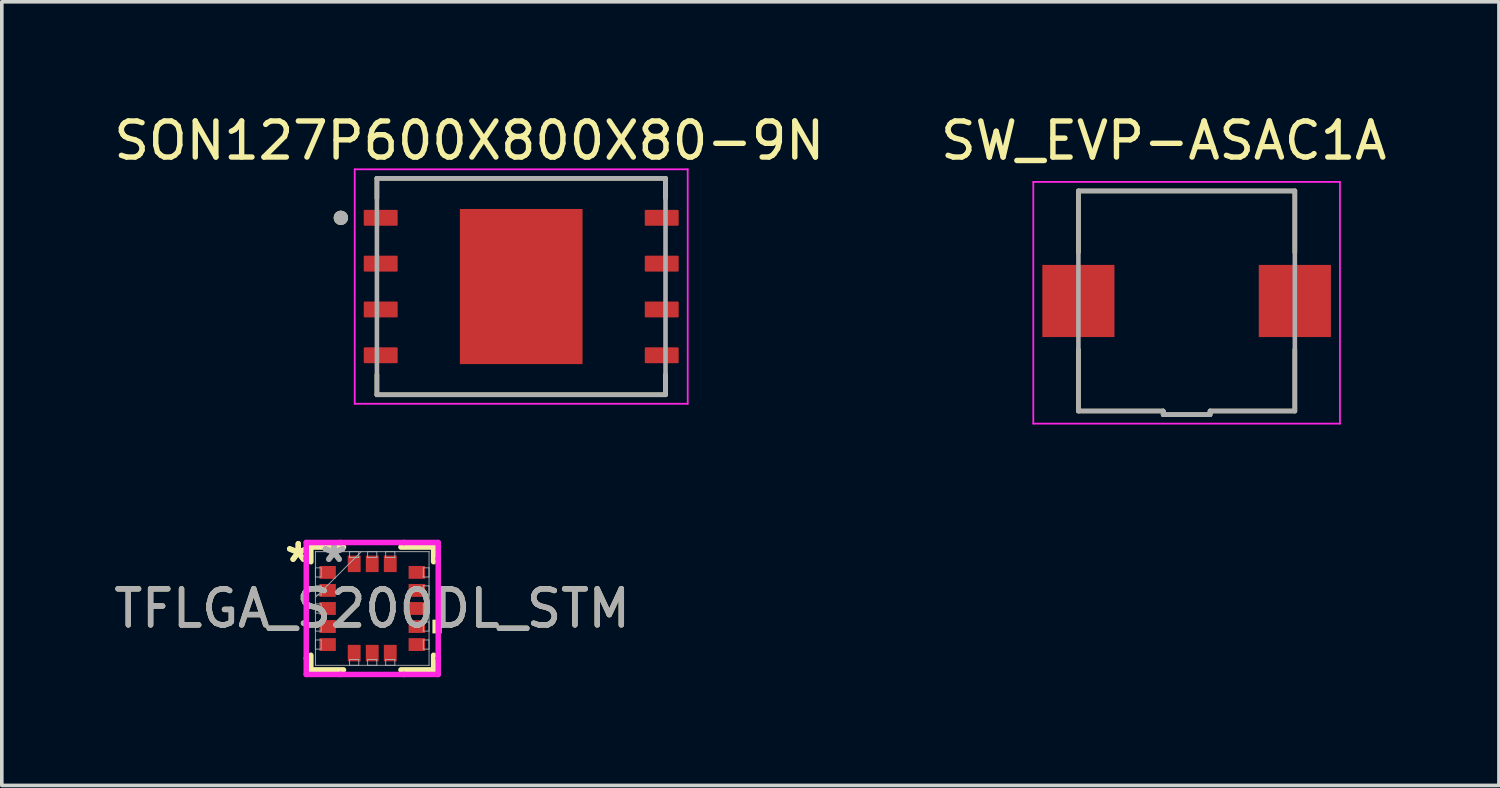
<source format=kicad_pcb>
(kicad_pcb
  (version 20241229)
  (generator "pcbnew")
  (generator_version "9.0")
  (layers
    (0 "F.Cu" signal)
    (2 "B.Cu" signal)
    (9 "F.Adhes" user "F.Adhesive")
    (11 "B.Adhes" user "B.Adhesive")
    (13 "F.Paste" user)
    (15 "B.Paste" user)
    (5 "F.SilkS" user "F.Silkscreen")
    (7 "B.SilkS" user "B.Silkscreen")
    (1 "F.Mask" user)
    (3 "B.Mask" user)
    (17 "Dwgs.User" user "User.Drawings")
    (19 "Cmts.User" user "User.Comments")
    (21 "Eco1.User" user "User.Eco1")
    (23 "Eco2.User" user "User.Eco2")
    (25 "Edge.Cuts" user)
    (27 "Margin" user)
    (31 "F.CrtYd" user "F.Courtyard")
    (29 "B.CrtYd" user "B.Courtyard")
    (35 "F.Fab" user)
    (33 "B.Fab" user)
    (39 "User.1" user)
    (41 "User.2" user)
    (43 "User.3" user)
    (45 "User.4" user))
  (footprint "TFLGA_S200DL_STM"
    (layer "F.Cu")
    (at 7.268 13.817)
    (property "Reference" "TFLGA_S200DL_STM" (at 0 0 0) (unlocked yes) (layer "F.SilkS") (effects (font (size 1 1) (thickness 0.15))))
    (attr smd)
    (fp_line (start -1.702 -1.702) (end -1.702 -1.296) (stroke (width 0.152) (type solid)) (layer "F.SilkS"))
    (fp_line (start -1.702 1.296) (end -1.702 1.702) (stroke (width 0.152) (type solid)) (layer "F.SilkS"))
    (fp_line (start -1.702 1.702) (end -0.796 1.702) (stroke (width 0.152) (type solid)) (layer "F.SilkS"))
    (fp_line (start -0.796 -1.702) (end -1.702 -1.702) (stroke (width 0.152) (type solid)) (layer "F.SilkS"))
    (fp_line (start 0.796 1.702) (end 1.702 1.702) (stroke (width 0.152) (type solid)) (layer "F.SilkS"))
    (fp_line (start 1.702 -1.702) (end 0.796 -1.702) (stroke (width 0.152) (type solid)) (layer "F.SilkS"))
    (fp_line (start 1.702 -1.296) (end 1.702 -1.702) (stroke (width 0.152) (type solid)) (layer "F.SilkS"))
    (fp_line (start 1.702 1.702) (end 1.702 1.296) (stroke (width 0.152) (type solid)) (layer "F.SilkS"))
    (fp_poly (pts (xy 1.923 0.31) (xy 1.923 0.691) (xy 1.669 0.691) (xy 1.669 0.31)) (stroke (width 0) (type solid)) (fill yes) (layer "F.SilkS"))
    (fp_line (start -1.829 -1.829) (end -0.881 -1.829) (stroke (width 0.152) (type solid)) (layer "F.CrtYd"))
    (fp_line (start -1.829 -1.381) (end -1.829 -1.829) (stroke (width 0.152) (type solid)) (layer "F.CrtYd"))
    (fp_line (start -1.829 -1.381) (end -1.829 -1.381) (stroke (width 0.152) (type solid)) (layer "F.CrtYd"))
    (fp_line (start -1.829 1.381) (end -1.829 -1.381) (stroke (width 0.152) (type solid)) (layer "F.CrtYd"))
    (fp_line (start -1.829 1.381) (end -1.829 1.381) (stroke (width 0.152) (type solid)) (layer "F.CrtYd"))
    (fp_line (start -1.829 1.829) (end -1.829 1.381) (stroke (width 0.152) (type solid)) (layer "F.CrtYd"))
    (fp_line (start -0.881 -1.829) (end -0.881 -1.829) (stroke (width 0.152) (type solid)) (layer "F.CrtYd"))
    (fp_line (start -0.881 -1.829) (end 0.881 -1.829) (stroke (width 0.152) (type solid)) (layer "F.CrtYd"))
    (fp_line (start -0.881 1.829) (end -1.829 1.829) (stroke (width 0.152) (type solid)) (layer "F.CrtYd"))
    (fp_line (start -0.881 1.829) (end -0.881 1.829) (stroke (width 0.152) (type solid)) (layer "F.CrtYd"))
    (fp_line (start 0.881 -1.829) (end 0.881 -1.829) (stroke (width 0.152) (type solid)) (layer "F.CrtYd"))
    (fp_line (start 0.881 -1.829) (end 1.829 -1.829) (stroke (width 0.152) (type solid)) (layer "F.CrtYd"))
    (fp_line (start 0.881 1.829) (end -0.881 1.829) (stroke (width 0.152) (type solid)) (layer "F.CrtYd"))
    (fp_line (start 0.881 1.829) (end 0.881 1.829) (stroke (width 0.152) (type solid)) (layer "F.CrtYd"))
    (fp_line (start 1.829 -1.829) (end 1.829 -1.381) (stroke (width 0.152) (type solid)) (layer "F.CrtYd"))
    (fp_line (start 1.829 -1.381) (end 1.829 -1.381) (stroke (width 0.152) (type solid)) (layer "F.CrtYd"))
    (fp_line (start 1.829 -1.381) (end 1.829 1.381) (stroke (width 0.152) (type solid)) (layer "F.CrtYd"))
    (fp_line (start 1.829 1.381) (end 1.829 1.381) (stroke (width 0.152) (type solid)) (layer "F.CrtYd"))
    (fp_line (start 1.829 1.381) (end 1.829 1.829) (stroke (width 0.152) (type solid)) (layer "F.CrtYd"))
    (fp_line (start 1.829 1.829) (end 0.881 1.829) (stroke (width 0.152) (type solid)) (layer "F.CrtYd"))
    (fp_line (start -1.575 -1.575) (end -1.575 -1.575) (stroke (width 0.025) (type solid)) (layer "F.Fab"))
    (fp_line (start -1.575 -1.575) (end -1.575 1.575) (stroke (width 0.025) (type solid)) (layer "F.Fab"))
    (fp_line (start -1.575 -1.127) (end -1.415 -1.127) (stroke (width 0.025) (type solid)) (layer "F.Fab"))
    (fp_line (start -1.575 -0.873) (end -1.575 -1.127) (stroke (width 0.025) (type solid)) (layer "F.Fab"))
    (fp_line (start -1.575 -0.627) (end -1.415 -0.627) (stroke (width 0.025) (type solid)) (layer "F.Fab"))
    (fp_line (start -1.575 -0.373) (end -1.575 -0.627) (stroke (width 0.025) (type solid)) (layer "F.Fab"))
    (fp_line (start -1.575 -0.305) (end -0.305 -1.575) (stroke (width 0.025) (type solid)) (layer "F.Fab"))
    (fp_line (start -1.575 -0.127) (end -1.415 -0.127) (stroke (width 0.025) (type solid)) (layer "F.Fab"))
    (fp_line (start -1.575 0.127) (end -1.575 -0.127) (stroke (width 0.025) (type solid)) (layer "F.Fab"))
    (fp_line (start -1.575 0.373) (end -1.415 0.373) (stroke (width 0.025) (type solid)) (layer "F.Fab"))
    (fp_line (start -1.575 0.627) (end -1.575 0.373) (stroke (width 0.025) (type solid)) (layer "F.Fab"))
    (fp_line (start -1.575 0.873) (end -1.415 0.873) (stroke (width 0.025) (type solid)) (layer "F.Fab"))
    (fp_line (start -1.575 1.127) (end -1.575 0.873) (stroke (width 0.025) (type solid)) (layer "F.Fab"))
    (fp_line (start -1.575 1.575) (end -1.575 1.575) (stroke (width 0.025) (type solid)) (layer "F.Fab"))
    (fp_line (start -1.575 1.575) (end 1.575 1.575) (stroke (width 0.025) (type solid)) (layer "F.Fab"))
    (fp_line (start -1.415 -1.127) (end -1.415 -0.873) (stroke (width 0.025) (type solid)) (layer "F.Fab"))
    (fp_line (start -1.415 -0.873) (end -1.575 -0.873) (stroke (width 0.025) (type solid)) (layer "F.Fab"))
    (fp_line (start -1.415 -0.627) (end -1.415 -0.373) (stroke (width 0.025) (type solid)) (layer "F.Fab"))
    (fp_line (start -1.415 -0.373) (end -1.575 -0.373) (stroke (width 0.025) (type solid)) (layer "F.Fab"))
    (fp_line (start -1.415 -0.127) (end -1.415 0.127) (stroke (width 0.025) (type solid)) (layer "F.Fab"))
    (fp_line (start -1.415 0.127) (end -1.575 0.127) (stroke (width 0.025) (type solid)) (layer "F.Fab"))
    (fp_line (start -1.415 0.373) (end -1.415 0.627) (stroke (width 0.025) (type solid)) (layer "F.Fab"))
    (fp_line (start -1.415 0.627) (end -1.575 0.627) (stroke (width 0.025) (type solid)) (layer "F.Fab"))
    (fp_line (start -1.415 0.873) (end -1.415 1.127) (stroke (width 0.025) (type solid)) (layer "F.Fab"))
    (fp_line (start -1.415 1.127) (end -1.575 1.127) (stroke (width 0.025) (type solid)) (layer "F.Fab"))
    (fp_line (start -0.627 -1.575) (end -0.373 -1.575) (stroke (width 0.025) (type solid)) (layer "F.Fab"))
    (fp_line (start -0.627 -1.415) (end -0.627 -1.575) (stroke (width 0.025) (type solid)) (layer "F.Fab"))
    (fp_line (start -0.627 1.415) (end -0.373 1.415) (stroke (width 0.025) (type solid)) (layer "F.Fab"))
    (fp_line (start -0.627 1.575) (end -0.627 1.415) (stroke (width 0.025) (type solid)) (layer "F.Fab"))
    (fp_line (start -0.373 -1.575) (end -0.373 -1.415) (stroke (width 0.025) (type solid)) (layer "F.Fab"))
    (fp_line (start -0.373 -1.415) (end -0.627 -1.415) (stroke (width 0.025) (type solid)) (layer "F.Fab"))
    (fp_line (start -0.373 1.415) (end -0.373 1.575) (stroke (width 0.025) (type solid)) (layer "F.Fab"))
    (fp_line (start -0.373 1.575) (end -0.627 1.575) (stroke (width 0.025) (type solid)) (layer "F.Fab"))
    (fp_line (start -0.127 -1.575) (end 0.127 -1.575) (stroke (width 0.025) (type solid)) (layer "F.Fab"))
    (fp_line (start -0.127 -1.415) (end -0.127 -1.575) (stroke (width 0.025) (type solid)) (layer "F.Fab"))
    (fp_line (start -0.127 1.415) (end 0.127 1.415) (stroke (width 0.025) (type solid)) (layer "F.Fab"))
    (fp_line (start -0.127 1.575) (end -0.127 1.415) (stroke (width 0.025) (type solid)) (layer "F.Fab"))
    (fp_line (start 0.127 -1.575) (end 0.127 -1.415) (stroke (width 0.025) (type solid)) (layer "F.Fab"))
    (fp_line (start 0.127 -1.415) (end -0.127 -1.415) (stroke (width 0.025) (type solid)) (layer "F.Fab"))
    (fp_line (start 0.127 1.415) (end 0.127 1.575) (stroke (width 0.025) (type solid)) (layer "F.Fab"))
    (fp_line (start 0.127 1.575) (end -0.127 1.575) (stroke (width 0.025) (type solid)) (layer "F.Fab"))
    (fp_line (start 0.373 -1.575) (end 0.627 -1.575) (stroke (width 0.025) (type solid)) (layer "F.Fab"))
    (fp_line (start 0.373 -1.415) (end 0.373 -1.575) (stroke (width 0.025) (type solid)) (layer "F.Fab"))
    (fp_line (start 0.373 1.415) (end 0.627 1.415) (stroke (width 0.025) (type solid)) (layer "F.Fab"))
    (fp_line (start 0.373 1.575) (end 0.373 1.415) (stroke (width 0.025) (type solid)) (layer "F.Fab"))
    (fp_line (start 0.627 -1.575) (end 0.627 -1.415) (stroke (width 0.025) (type solid)) (layer "F.Fab"))
    (fp_line (start 0.627 -1.415) (end 0.373 -1.415) (stroke (width 0.025) (type solid)) (layer "F.Fab"))
    (fp_line (start 0.627 1.415) (end 0.627 1.575) (stroke (width 0.025) (type solid)) (layer "F.Fab"))
    (fp_line (start 0.627 1.575) (end 0.373 1.575) (stroke (width 0.025) (type solid)) (layer "F.Fab"))
    (fp_line (start 1.415 -1.127) (end 1.575 -1.127) (stroke (width 0.025) (type solid)) (layer "F.Fab"))
    (fp_line (start 1.415 -0.873) (end 1.415 -1.127) (stroke (width 0.025) (type solid)) (layer "F.Fab"))
    (fp_line (start 1.415 -0.627) (end 1.575 -0.627) (stroke (width 0.025) (type solid)) (layer "F.Fab"))
    (fp_line (start 1.415 -0.373) (end 1.415 -0.627) (stroke (width 0.025) (type solid)) (layer "F.Fab"))
    (fp_line (start 1.415 -0.127) (end 1.575 -0.127) (stroke (width 0.025) (type solid)) (layer "F.Fab"))
    (fp_line (start 1.415 0.127) (end 1.415 -0.127) (stroke (width 0.025) (type solid)) (layer "F.Fab"))
    (fp_line (start 1.415 0.373) (end 1.575 0.373) (stroke (width 0.025) (type solid)) (layer "F.Fab"))
    (fp_line (start 1.415 0.627) (end 1.415 0.373) (stroke (width 0.025) (type solid)) (layer "F.Fab"))
    (fp_line (start 1.415 0.873) (end 1.575 0.873) (stroke (width 0.025) (type solid)) (layer "F.Fab"))
    (fp_line (start 1.415 1.127) (end 1.415 0.873) (stroke (width 0.025) (type solid)) (layer "F.Fab"))
    (fp_line (start 1.575 -1.575) (end -1.575 -1.575) (stroke (width 0.025) (type solid)) (layer "F.Fab"))
    (fp_line (start 1.575 -1.575) (end 1.575 -1.575) (stroke (width 0.025) (type solid)) (layer "F.Fab"))
    (fp_line (start 1.575 -1.127) (end 1.575 -0.873) (stroke (width 0.025) (type solid)) (layer "F.Fab"))
    (fp_line (start 1.575 -0.873) (end 1.415 -0.873) (stroke (width 0.025) (type solid)) (layer "F.Fab"))
    (fp_line (start 1.575 -0.627) (end 1.575 -0.373) (stroke (width 0.025) (type solid)) (layer "F.Fab"))
    (fp_line (start 1.575 -0.373) (end 1.415 -0.373) (stroke (width 0.025) (type solid)) (layer "F.Fab"))
    (fp_line (start 1.575 -0.127) (end 1.575 0.127) (stroke (width 0.025) (type solid)) (layer "F.Fab"))
    (fp_line (start 1.575 0.127) (end 1.415 0.127) (stroke (width 0.025) (type solid)) (layer "F.Fab"))
    (fp_line (start 1.575 0.373) (end 1.575 0.627) (stroke (width 0.025) (type solid)) (layer "F.Fab"))
    (fp_line (start 1.575 0.627) (end 1.415 0.627) (stroke (width 0.025) (type solid)) (layer "F.Fab"))
    (fp_line (start 1.575 0.873) (end 1.575 1.127) (stroke (width 0.025) (type solid)) (layer "F.Fab"))
    (fp_line (start 1.575 1.127) (end 1.415 1.127) (stroke (width 0.025) (type solid)) (layer "F.Fab"))
    (fp_line (start 1.575 1.575) (end 1.575 -1.575) (stroke (width 0.025) (type solid)) (layer "F.Fab"))
    (fp_line (start 1.575 1.575) (end 1.575 1.575) (stroke (width 0.025) (type solid)) (layer "F.Fab"))
    (fp_text user "*" (at -2.05 -1.25 0) (unlocked yes) (layer "F.SilkS") (effects (font (size 1 1) (thickness 0.15))))
    (fp_text user "*" (at -2.05 -1.25 0) (layer "F.SilkS") (effects (font (size 1 1) (thickness 0.15))))
    (fp_text user "*" (at -1.059 -1.25 0) (unlocked yes) (layer "F.Fab") (effects (font (size 1 1) (thickness 0.15))))
    (fp_text user "${REFERENCE}" (at 0 0 0) (unlocked yes) (layer "F.Fab") (effects (font (size 1 1) (thickness 0.15))))
    (fp_text user "*" (at -1.059 -1.25 0) (layer "F.Fab") (effects (font (size 1 1) (thickness 0.15))))
    (pad "1" smd rect (at -1.237 -1 90) (size 0.356 0.457) (layers "F.Cu" "F.Mask" "F.Paste"))
    (pad "2" smd rect (at -1.237 -0.5 90) (size 0.356 0.457) (layers "F.Cu" "F.Mask" "F.Paste"))
    (pad "3" smd rect (at -1.237 0 90) (size 0.356 0.457) (layers "F.Cu" "F.Mask" "F.Paste"))
    (pad "4" smd rect (at -1.237 0.5 90) (size 0.356 0.457) (layers "F.Cu" "F.Mask" "F.Paste"))
    (pad "5" smd rect (at -1.237 1 90) (size 0.356 0.457) (layers "F.Cu" "F.Mask" "F.Paste"))
    (pad "6" smd rect (at -0.5 1.237) (size 0.356 0.457) (layers "F.Cu" "F.Mask" "F.Paste"))
    (pad "7" smd rect (at 0 1.237) (size 0.356 0.457) (layers "F.Cu" "F.Mask" "F.Paste"))
    (pad "8" smd rect (at 0.5 1.237) (size 0.356 0.457) (layers "F.Cu" "F.Mask" "F.Paste"))
    (pad "9" smd rect (at 1.237 1 90) (size 0.356 0.457) (layers "F.Cu" "F.Mask" "F.Paste"))
    (pad "10" smd rect (at 1.237 0.5 90) (size 0.356 0.457) (layers "F.Cu" "F.Mask" "F.Paste"))
    (pad "11" smd rect (at 1.237 0 90) (size 0.356 0.457) (layers "F.Cu" "F.Mask" "F.Paste"))
    (pad "12" smd rect (at 1.237 -0.5 90) (size 0.356 0.457) (layers "F.Cu" "F.Mask" "F.Paste"))
    (pad "13" smd rect (at 1.237 -1 90) (size 0.356 0.457) (layers "F.Cu" "F.Mask" "F.Paste"))
    (pad "14" smd rect (at 0.5 -1.237) (size 0.356 0.457) (layers "F.Cu" "F.Mask" "F.Paste"))
    (pad "15" smd rect (at 0 -1.237) (size 0.356 0.457) (layers "F.Cu" "F.Mask" "F.Paste"))
    (pad "16" smd rect (at -0.5 -1.237) (size 0.356 0.457) (layers "F.Cu" "F.Mask" "F.Paste")))
  (footprint "SW_EVP-ASAC1A"
    (layer "F.Cu")
    (at 29.843 5.293)
    (property "Reference" "SW_EVP-ASAC1A" (at -0.635 -4.445 0) (layer "F.SilkS") (effects (font (size 1 1) (thickness 0.15))))
    (attr smd)
    (fp_line (start -3 -3.05) (end 3 -3.05) (stroke (width 0.127) (type solid)) (layer "F.SilkS"))
    (fp_line (start -3 -1.35) (end -3 -3.05) (stroke (width 0.127) (type solid)) (layer "F.SilkS"))
    (fp_line (start -3 1.35) (end -3 3.05) (stroke (width 0.127) (type solid)) (layer "F.SilkS"))
    (fp_line (start -3 3.05) (end -0.65 3.05) (stroke (width 0.127) (type solid)) (layer "F.SilkS"))
    (fp_line (start -0.65 3.05) (end -0.65 3.15) (stroke (width 0.127) (type solid)) (layer "F.SilkS"))
    (fp_line (start -0.65 3.15) (end 0.65 3.15) (stroke (width 0.127) (type solid)) (layer "F.SilkS"))
    (fp_line (start 0.65 3.05) (end 3 3.05) (stroke (width 0.127) (type solid)) (layer "F.SilkS"))
    (fp_line (start 0.65 3.15) (end 0.65 3.05) (stroke (width 0.127) (type solid)) (layer "F.SilkS"))
    (fp_line (start 3 -3.05) (end 3 -1.35) (stroke (width 0.127) (type solid)) (layer "F.SilkS"))
    (fp_line (start 3 3.05) (end 3 1.35) (stroke (width 0.127) (type solid)) (layer "F.SilkS"))
    (fp_line (start -4.25 -3.3) (end 4.25 -3.3) (stroke (width 0.05) (type solid)) (layer "F.CrtYd"))
    (fp_line (start -4.25 3.4) (end -4.25 -3.3) (stroke (width 0.05) (type solid)) (layer "F.CrtYd"))
    (fp_line (start 4.25 -3.3) (end 4.25 3.4) (stroke (width 0.05) (type solid)) (layer "F.CrtYd"))
    (fp_line (start 4.25 3.4) (end -4.25 3.4) (stroke (width 0.05) (type solid)) (layer "F.CrtYd"))
    (fp_line (start -3 -3.05) (end 3 -3.05) (stroke (width 0.127) (type solid)) (layer "F.Fab"))
    (fp_line (start -3 3.05) (end -3 -3.05) (stroke (width 0.127) (type solid)) (layer "F.Fab"))
    (fp_line (start -0.65 3.05) (end -3 3.05) (stroke (width 0.127) (type solid)) (layer "F.Fab"))
    (fp_line (start -0.65 3.05) (end -0.65 3.15) (stroke (width 0.127) (type solid)) (layer "F.Fab"))
    (fp_line (start -0.65 3.15) (end 0.65 3.15) (stroke (width 0.127) (type solid)) (layer "F.Fab"))
    (fp_line (start 0.65 3.15) (end 0.65 3.05) (stroke (width 0.127) (type solid)) (layer "F.Fab"))
    (fp_line (start 3 -3.05) (end 3 3.05) (stroke (width 0.127) (type solid)) (layer "F.Fab"))
    (fp_line (start 3 3.05) (end 0.65 3.05) (stroke (width 0.127) (type solid)) (layer "F.Fab"))
    (pad "A" smd rect (at -3 0) (size 2 2) (layers "F.Cu" "F.Mask" "F.Paste"))
    (pad "B" smd rect (at 3 0) (size 2 2) (layers "F.Cu" "F.Mask" "F.Paste")))
  (footprint "SON127P600X800X80-9N"
    (layer "F.Cu")
    (at 11.398 4.893)
    (property "Reference" "SON127P600X800X80-9N" (at -1.44 -4.045 0) (layer "F.SilkS") (effects (font (size 1 1) (thickness 0.15))))
    (attr smd)
    (fp_line (start -4 -3) (end -4 -2.445) (stroke (width 0.127) (type solid)) (layer "F.SilkS"))
    (fp_line (start -4 -3) (end 4 -3) (stroke (width 0.127) (type solid)) (layer "F.SilkS"))
    (fp_line (start -4 3) (end -4 2.445) (stroke (width 0.127) (type solid)) (layer "F.SilkS"))
    (fp_line (start -4 3) (end 4 3) (stroke (width 0.127) (type solid)) (layer "F.SilkS"))
    (fp_line (start 4 -3) (end 4 -2.445) (stroke (width 0.127) (type solid)) (layer "F.SilkS"))
    (fp_line (start 4 3) (end 4 2.445) (stroke (width 0.127) (type solid)) (layer "F.SilkS"))
    (fp_circle (center -5 -1.905) (end -4.9 -1.905) (stroke (width 0.2) (type solid)) (fill no) (layer "F.SilkS"))
    (fp_poly (pts (xy -1.24 -1.69) (xy -0.23 -1.69) (xy -0.23 -0.23) (xy -1.24 -0.23)) (stroke (width 0.01) (type solid)) (fill yes) (layer "F.Paste"))
    (fp_poly (pts (xy -1.24 0.23) (xy -0.23 0.23) (xy -0.23 1.69) (xy -1.24 1.69)) (stroke (width 0.01) (type solid)) (fill yes) (layer "F.Paste"))
    (fp_poly (pts (xy 0.23 -1.69) (xy 1.24 -1.69) (xy 1.24 -0.23) (xy 0.23 -0.23)) (stroke (width 0.01) (type solid)) (fill yes) (layer "F.Paste"))
    (fp_poly (pts (xy 0.23 0.23) (xy 1.24 0.23) (xy 1.24 1.69) (xy 0.23 1.69)) (stroke (width 0.01) (type solid)) (fill yes) (layer "F.Paste"))
    (fp_line (start -4.615 -3.25) (end -4.615 3.25) (stroke (width 0.05) (type solid)) (layer "F.CrtYd"))
    (fp_line (start -4.615 3.25) (end 4.615 3.25) (stroke (width 0.05) (type solid)) (layer "F.CrtYd"))
    (fp_line (start 4.615 -3.25) (end -4.615 -3.25) (stroke (width 0.05) (type solid)) (layer "F.CrtYd"))
    (fp_line (start 4.615 3.25) (end 4.615 -3.25) (stroke (width 0.05) (type solid)) (layer "F.CrtYd"))
    (fp_line (start -4 -3) (end -4 3) (stroke (width 0.127) (type solid)) (layer "F.Fab"))
    (fp_line (start -4 -3) (end 4 -3) (stroke (width 0.127) (type solid)) (layer "F.Fab"))
    (fp_line (start -4 3) (end 4 3) (stroke (width 0.127) (type solid)) (layer "F.Fab"))
    (fp_line (start 4 -3) (end 4 3) (stroke (width 0.127) (type solid)) (layer "F.Fab"))
    (fp_circle (center -5 -1.905) (end -4.9 -1.905) (stroke (width 0.2) (type solid)) (fill no) (layer "F.Fab"))
    (pad "1" smd roundrect (at -3.895 -1.905) (size 0.94 0.44) (layers "F.Cu" "F.Mask" "F.Paste") (roundrect_rratio 0.06))
    (pad "2" smd roundrect (at -3.895 -0.635) (size 0.94 0.44) (layers "F.Cu" "F.Mask" "F.Paste") (roundrect_rratio 0.06))
    (pad "3" smd roundrect (at -3.895 0.635) (size 0.94 0.44) (layers "F.Cu" "F.Mask" "F.Paste") (roundrect_rratio 0.06))
    (pad "4" smd roundrect (at -3.895 1.905) (size 0.94 0.44) (layers "F.Cu" "F.Mask" "F.Paste") (roundrect_rratio 0.06))
    (pad "5" smd roundrect (at 3.895 1.905) (size 0.94 0.44) (layers "F.Cu" "F.Mask" "F.Paste") (roundrect_rratio 0.06))
    (pad "6" smd roundrect (at 3.895 0.635) (size 0.94 0.44) (layers "F.Cu" "F.Mask" "F.Paste") (roundrect_rratio 0.06))
    (pad "7" smd roundrect (at 3.895 -0.635) (size 0.94 0.44) (layers "F.Cu" "F.Mask" "F.Paste") (roundrect_rratio 0.06))
    (pad "8" smd roundrect (at 3.895 -1.905) (size 0.94 0.44) (layers "F.Cu" "F.Mask" "F.Paste") (roundrect_rratio 0.06))
    (pad "9" smd rect (at 0 0) (size 3.4 4.3) (layers "F.Cu" "F.Mask")))
  (gr_rect
    (start -3 -3)
    (end 38.5 18.722)
    (stroke (width 0.1) (type default))
    (fill no)
    (layer "Edge.Cuts")))
</source>
